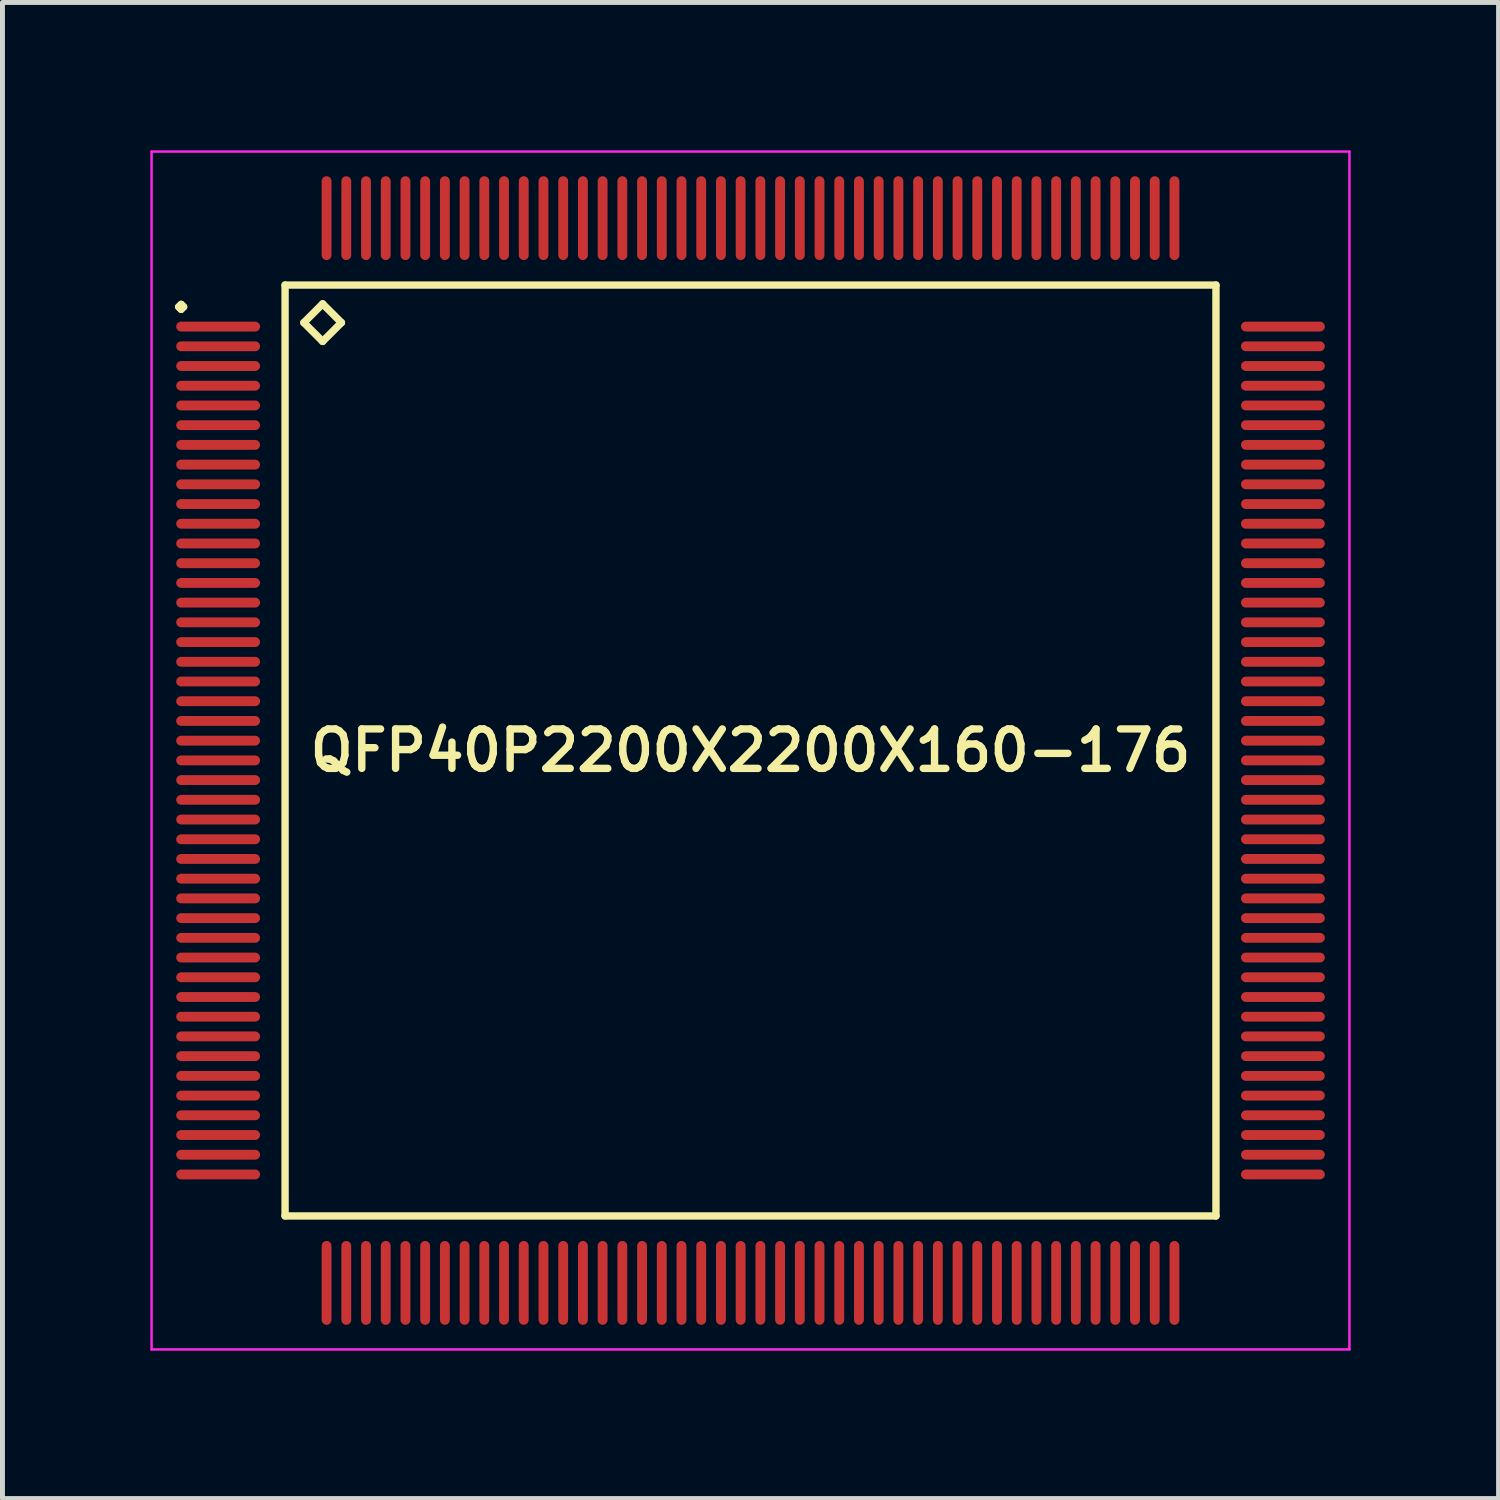
<source format=kicad_pcb>
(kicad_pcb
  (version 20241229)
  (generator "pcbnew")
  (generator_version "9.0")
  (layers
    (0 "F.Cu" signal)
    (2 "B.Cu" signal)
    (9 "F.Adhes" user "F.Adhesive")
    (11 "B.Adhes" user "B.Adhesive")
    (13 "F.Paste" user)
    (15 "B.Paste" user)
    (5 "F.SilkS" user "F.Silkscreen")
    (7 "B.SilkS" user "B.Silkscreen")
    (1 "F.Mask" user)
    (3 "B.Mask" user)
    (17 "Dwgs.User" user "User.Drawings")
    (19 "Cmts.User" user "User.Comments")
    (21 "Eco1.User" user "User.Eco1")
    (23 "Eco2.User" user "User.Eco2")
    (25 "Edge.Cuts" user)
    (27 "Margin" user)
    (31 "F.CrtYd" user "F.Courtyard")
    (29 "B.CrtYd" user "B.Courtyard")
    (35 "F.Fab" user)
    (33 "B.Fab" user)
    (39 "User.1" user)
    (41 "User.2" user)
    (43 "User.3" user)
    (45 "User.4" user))
  (footprint "QFP40P2200X2200X160-176"
    (layer "F.Cu")
    (at 12.175 12.175)
    (property "Reference" "QFP40P2200X2200X160-176" (at 0 0 0) (layer "F.SilkS") (effects (font (size 0.8 0.8) (thickness 0.15))))
    (attr smd)
    (fp_line (start -11.6 -9) (end -11.55 -9.05) (stroke (width 0.15) (type solid)) (layer "F.SilkS"))
    (fp_line (start -11.55 -9.05) (end -11.5 -9) (stroke (width 0.15) (type solid)) (layer "F.SilkS"))
    (fp_line (start -11.55 -8.95) (end -11.6 -9) (stroke (width 0.15) (type solid)) (layer "F.SilkS"))
    (fp_line (start -11.5 -9) (end -11.55 -8.95) (stroke (width 0.15) (type solid)) (layer "F.SilkS"))
    (fp_line (start -9.442 -9.442) (end -9.442 9.442) (stroke (width 0.15) (type solid)) (layer "F.SilkS"))
    (fp_line (start -9.442 9.442) (end 9.442 9.442) (stroke (width 0.15) (type solid)) (layer "F.SilkS"))
    (fp_line (start -9.061 -8.68) (end -8.68 -9.061) (stroke (width 0.15) (type solid)) (layer "F.SilkS"))
    (fp_line (start -8.68 -9.061) (end -8.299 -8.68) (stroke (width 0.15) (type solid)) (layer "F.SilkS"))
    (fp_line (start -8.68 -8.299) (end -9.061 -8.68) (stroke (width 0.15) (type solid)) (layer "F.SilkS"))
    (fp_line (start -8.299 -8.68) (end -8.68 -8.299) (stroke (width 0.15) (type solid)) (layer "F.SilkS"))
    (fp_line (start 9.442 -9.442) (end -9.442 -9.442) (stroke (width 0.15) (type solid)) (layer "F.SilkS"))
    (fp_line (start 9.442 9.442) (end 9.442 -9.442) (stroke (width 0.15) (type solid)) (layer "F.SilkS"))
    (fp_line (start -12.15 -12.15) (end 12.15 -12.15) (stroke (width 0.05) (type solid)) (layer "F.CrtYd"))
    (fp_line (start -12.15 12.15) (end -12.15 -12.15) (stroke (width 0.05) (type solid)) (layer "F.CrtYd"))
    (fp_line (start 12.15 -12.15) (end 12.15 12.15) (stroke (width 0.05) (type solid)) (layer "F.CrtYd"))
    (fp_line (start 12.15 12.15) (end -12.15 12.15) (stroke (width 0.05) (type solid)) (layer "F.CrtYd"))
    (pad "1" smd oval (at -10.8 -8.6) (size 1.7 0.2) (layers "F.Cu" "F.Mask" "F.Paste"))
    (pad "2" smd oval (at -10.8 -8.2) (size 1.7 0.2) (layers "F.Cu" "F.Mask" "F.Paste"))
    (pad "3" smd oval (at -10.8 -7.8) (size 1.7 0.2) (layers "F.Cu" "F.Mask" "F.Paste"))
    (pad "4" smd oval (at -10.8 -7.4) (size 1.7 0.2) (layers "F.Cu" "F.Mask" "F.Paste"))
    (pad "5" smd oval (at -10.8 -7) (size 1.7 0.2) (layers "F.Cu" "F.Mask" "F.Paste"))
    (pad "6" smd oval (at -10.8 -6.6) (size 1.7 0.2) (layers "F.Cu" "F.Mask" "F.Paste"))
    (pad "7" smd oval (at -10.8 -6.2) (size 1.7 0.2) (layers "F.Cu" "F.Mask" "F.Paste"))
    (pad "8" smd oval (at -10.8 -5.8) (size 1.7 0.2) (layers "F.Cu" "F.Mask" "F.Paste"))
    (pad "9" smd oval (at -10.8 -5.4) (size 1.7 0.2) (layers "F.Cu" "F.Mask" "F.Paste"))
    (pad "10" smd oval (at -10.8 -5) (size 1.7 0.2) (layers "F.Cu" "F.Mask" "F.Paste"))
    (pad "11" smd oval (at -10.8 -4.6) (size 1.7 0.2) (layers "F.Cu" "F.Mask" "F.Paste"))
    (pad "12" smd oval (at -10.8 -4.2) (size 1.7 0.2) (layers "F.Cu" "F.Mask" "F.Paste"))
    (pad "13" smd oval (at -10.8 -3.8) (size 1.7 0.2) (layers "F.Cu" "F.Mask" "F.Paste"))
    (pad "14" smd oval (at -10.8 -3.4) (size 1.7 0.2) (layers "F.Cu" "F.Mask" "F.Paste"))
    (pad "15" smd oval (at -10.8 -3) (size 1.7 0.2) (layers "F.Cu" "F.Mask" "F.Paste"))
    (pad "16" smd oval (at -10.8 -2.6) (size 1.7 0.2) (layers "F.Cu" "F.Mask" "F.Paste"))
    (pad "17" smd oval (at -10.8 -2.2) (size 1.7 0.2) (layers "F.Cu" "F.Mask" "F.Paste"))
    (pad "18" smd oval (at -10.8 -1.8) (size 1.7 0.2) (layers "F.Cu" "F.Mask" "F.Paste"))
    (pad "19" smd oval (at -10.8 -1.4) (size 1.7 0.2) (layers "F.Cu" "F.Mask" "F.Paste"))
    (pad "20" smd oval (at -10.8 -1) (size 1.7 0.2) (layers "F.Cu" "F.Mask" "F.Paste"))
    (pad "21" smd oval (at -10.8 -0.6) (size 1.7 0.2) (layers "F.Cu" "F.Mask" "F.Paste"))
    (pad "22" smd oval (at -10.8 -0.2) (size 1.7 0.2) (layers "F.Cu" "F.Mask" "F.Paste"))
    (pad "23" smd oval (at -10.8 0.2) (size 1.7 0.2) (layers "F.Cu" "F.Mask" "F.Paste"))
    (pad "24" smd oval (at -10.8 0.6) (size 1.7 0.2) (layers "F.Cu" "F.Mask" "F.Paste"))
    (pad "25" smd oval (at -10.8 1) (size 1.7 0.2) (layers "F.Cu" "F.Mask" "F.Paste"))
    (pad "26" smd oval (at -10.8 1.4) (size 1.7 0.2) (layers "F.Cu" "F.Mask" "F.Paste"))
    (pad "27" smd oval (at -10.8 1.8) (size 1.7 0.2) (layers "F.Cu" "F.Mask" "F.Paste"))
    (pad "28" smd oval (at -10.8 2.2) (size 1.7 0.2) (layers "F.Cu" "F.Mask" "F.Paste"))
    (pad "29" smd oval (at -10.8 2.6) (size 1.7 0.2) (layers "F.Cu" "F.Mask" "F.Paste"))
    (pad "30" smd oval (at -10.8 3) (size 1.7 0.2) (layers "F.Cu" "F.Mask" "F.Paste"))
    (pad "31" smd oval (at -10.8 3.4) (size 1.7 0.2) (layers "F.Cu" "F.Mask" "F.Paste"))
    (pad "32" smd oval (at -10.8 3.8) (size 1.7 0.2) (layers "F.Cu" "F.Mask" "F.Paste"))
    (pad "33" smd oval (at -10.8 4.2) (size 1.7 0.2) (layers "F.Cu" "F.Mask" "F.Paste"))
    (pad "34" smd oval (at -10.8 4.6) (size 1.7 0.2) (layers "F.Cu" "F.Mask" "F.Paste"))
    (pad "35" smd oval (at -10.8 5) (size 1.7 0.2) (layers "F.Cu" "F.Mask" "F.Paste"))
    (pad "36" smd oval (at -10.8 5.4) (size 1.7 0.2) (layers "F.Cu" "F.Mask" "F.Paste"))
    (pad "37" smd oval (at -10.8 5.8) (size 1.7 0.2) (layers "F.Cu" "F.Mask" "F.Paste"))
    (pad "38" smd oval (at -10.8 6.2) (size 1.7 0.2) (layers "F.Cu" "F.Mask" "F.Paste"))
    (pad "39" smd oval (at -10.8 6.6) (size 1.7 0.2) (layers "F.Cu" "F.Mask" "F.Paste"))
    (pad "40" smd oval (at -10.8 7) (size 1.7 0.2) (layers "F.Cu" "F.Mask" "F.Paste"))
    (pad "41" smd oval (at -10.8 7.4) (size 1.7 0.2) (layers "F.Cu" "F.Mask" "F.Paste"))
    (pad "42" smd oval (at -10.8 7.8) (size 1.7 0.2) (layers "F.Cu" "F.Mask" "F.Paste"))
    (pad "43" smd oval (at -10.8 8.2) (size 1.7 0.2) (layers "F.Cu" "F.Mask" "F.Paste"))
    (pad "44" smd oval (at -10.8 8.6) (size 1.7 0.2) (layers "F.Cu" "F.Mask" "F.Paste"))
    (pad "45" smd oval (at -8.6 10.8) (size 0.2 1.7) (layers "F.Cu" "F.Mask" "F.Paste"))
    (pad "46" smd oval (at -8.2 10.8) (size 0.2 1.7) (layers "F.Cu" "F.Mask" "F.Paste"))
    (pad "47" smd oval (at -7.8 10.8) (size 0.2 1.7) (layers "F.Cu" "F.Mask" "F.Paste"))
    (pad "48" smd oval (at -7.4 10.8) (size 0.2 1.7) (layers "F.Cu" "F.Mask" "F.Paste"))
    (pad "49" smd oval (at -7 10.8) (size 0.2 1.7) (layers "F.Cu" "F.Mask" "F.Paste"))
    (pad "50" smd oval (at -6.6 10.8) (size 0.2 1.7) (layers "F.Cu" "F.Mask" "F.Paste"))
    (pad "51" smd oval (at -6.2 10.8) (size 0.2 1.7) (layers "F.Cu" "F.Mask" "F.Paste"))
    (pad "52" smd oval (at -5.8 10.8) (size 0.2 1.7) (layers "F.Cu" "F.Mask" "F.Paste"))
    (pad "53" smd oval (at -5.4 10.8) (size 0.2 1.7) (layers "F.Cu" "F.Mask" "F.Paste"))
    (pad "54" smd oval (at -5 10.8) (size 0.2 1.7) (layers "F.Cu" "F.Mask" "F.Paste"))
    (pad "55" smd oval (at -4.6 10.8) (size 0.2 1.7) (layers "F.Cu" "F.Mask" "F.Paste"))
    (pad "56" smd oval (at -4.2 10.8) (size 0.2 1.7) (layers "F.Cu" "F.Mask" "F.Paste"))
    (pad "57" smd oval (at -3.8 10.8) (size 0.2 1.7) (layers "F.Cu" "F.Mask" "F.Paste"))
    (pad "58" smd oval (at -3.4 10.8) (size 0.2 1.7) (layers "F.Cu" "F.Mask" "F.Paste"))
    (pad "59" smd oval (at -3 10.8) (size 0.2 1.7) (layers "F.Cu" "F.Mask" "F.Paste"))
    (pad "60" smd oval (at -2.6 10.8) (size 0.2 1.7) (layers "F.Cu" "F.Mask" "F.Paste"))
    (pad "61" smd oval (at -2.2 10.8) (size 0.2 1.7) (layers "F.Cu" "F.Mask" "F.Paste"))
    (pad "62" smd oval (at -1.8 10.8) (size 0.2 1.7) (layers "F.Cu" "F.Mask" "F.Paste"))
    (pad "63" smd oval (at -1.4 10.8) (size 0.2 1.7) (layers "F.Cu" "F.Mask" "F.Paste"))
    (pad "64" smd oval (at -1 10.8) (size 0.2 1.7) (layers "F.Cu" "F.Mask" "F.Paste"))
    (pad "65" smd oval (at -0.6 10.8) (size 0.2 1.7) (layers "F.Cu" "F.Mask" "F.Paste"))
    (pad "66" smd oval (at -0.2 10.8) (size 0.2 1.7) (layers "F.Cu" "F.Mask" "F.Paste"))
    (pad "67" smd oval (at 0.2 10.8) (size 0.2 1.7) (layers "F.Cu" "F.Mask" "F.Paste"))
    (pad "68" smd oval (at 0.6 10.8) (size 0.2 1.7) (layers "F.Cu" "F.Mask" "F.Paste"))
    (pad "69" smd oval (at 1 10.8) (size 0.2 1.7) (layers "F.Cu" "F.Mask" "F.Paste"))
    (pad "70" smd oval (at 1.4 10.8) (size 0.2 1.7) (layers "F.Cu" "F.Mask" "F.Paste"))
    (pad "71" smd oval (at 1.8 10.8) (size 0.2 1.7) (layers "F.Cu" "F.Mask" "F.Paste"))
    (pad "72" smd oval (at 2.2 10.8) (size 0.2 1.7) (layers "F.Cu" "F.Mask" "F.Paste"))
    (pad "73" smd oval (at 2.6 10.8) (size 0.2 1.7) (layers "F.Cu" "F.Mask" "F.Paste"))
    (pad "74" smd oval (at 3 10.8) (size 0.2 1.7) (layers "F.Cu" "F.Mask" "F.Paste"))
    (pad "75" smd oval (at 3.4 10.8) (size 0.2 1.7) (layers "F.Cu" "F.Mask" "F.Paste"))
    (pad "76" smd oval (at 3.8 10.8) (size 0.2 1.7) (layers "F.Cu" "F.Mask" "F.Paste"))
    (pad "77" smd oval (at 4.2 10.8) (size 0.2 1.7) (layers "F.Cu" "F.Mask" "F.Paste"))
    (pad "78" smd oval (at 4.6 10.8) (size 0.2 1.7) (layers "F.Cu" "F.Mask" "F.Paste"))
    (pad "79" smd oval (at 5 10.8) (size 0.2 1.7) (layers "F.Cu" "F.Mask" "F.Paste"))
    (pad "80" smd oval (at 5.4 10.8) (size 0.2 1.7) (layers "F.Cu" "F.Mask" "F.Paste"))
    (pad "81" smd oval (at 5.8 10.8) (size 0.2 1.7) (layers "F.Cu" "F.Mask" "F.Paste"))
    (pad "82" smd oval (at 6.2 10.8) (size 0.2 1.7) (layers "F.Cu" "F.Mask" "F.Paste"))
    (pad "83" smd oval (at 6.6 10.8) (size 0.2 1.7) (layers "F.Cu" "F.Mask" "F.Paste"))
    (pad "84" smd oval (at 7 10.8) (size 0.2 1.7) (layers "F.Cu" "F.Mask" "F.Paste"))
    (pad "85" smd oval (at 7.4 10.8) (size 0.2 1.7) (layers "F.Cu" "F.Mask" "F.Paste"))
    (pad "86" smd oval (at 7.8 10.8) (size 0.2 1.7) (layers "F.Cu" "F.Mask" "F.Paste"))
    (pad "87" smd oval (at 8.2 10.8) (size 0.2 1.7) (layers "F.Cu" "F.Mask" "F.Paste"))
    (pad "88" smd oval (at 8.6 10.8) (size 0.2 1.7) (layers "F.Cu" "F.Mask" "F.Paste"))
    (pad "89" smd oval (at 10.8 8.6) (size 1.7 0.2) (layers "F.Cu" "F.Mask" "F.Paste"))
    (pad "90" smd oval (at 10.8 8.2) (size 1.7 0.2) (layers "F.Cu" "F.Mask" "F.Paste"))
    (pad "91" smd oval (at 10.8 7.8) (size 1.7 0.2) (layers "F.Cu" "F.Mask" "F.Paste"))
    (pad "92" smd oval (at 10.8 7.4) (size 1.7 0.2) (layers "F.Cu" "F.Mask" "F.Paste"))
    (pad "93" smd oval (at 10.8 7) (size 1.7 0.2) (layers "F.Cu" "F.Mask" "F.Paste"))
    (pad "94" smd oval (at 10.8 6.6) (size 1.7 0.2) (layers "F.Cu" "F.Mask" "F.Paste"))
    (pad "95" smd oval (at 10.8 6.2) (size 1.7 0.2) (layers "F.Cu" "F.Mask" "F.Paste"))
    (pad "96" smd oval (at 10.8 5.8) (size 1.7 0.2) (layers "F.Cu" "F.Mask" "F.Paste"))
    (pad "97" smd oval (at 10.8 5.4) (size 1.7 0.2) (layers "F.Cu" "F.Mask" "F.Paste"))
    (pad "98" smd oval (at 10.8 5) (size 1.7 0.2) (layers "F.Cu" "F.Mask" "F.Paste"))
    (pad "99" smd oval (at 10.8 4.6) (size 1.7 0.2) (layers "F.Cu" "F.Mask" "F.Paste"))
    (pad "100" smd oval (at 10.8 4.2) (size 1.7 0.2) (layers "F.Cu" "F.Mask" "F.Paste"))
    (pad "101" smd oval (at 10.8 3.8) (size 1.7 0.2) (layers "F.Cu" "F.Mask" "F.Paste"))
    (pad "102" smd oval (at 10.8 3.4) (size 1.7 0.2) (layers "F.Cu" "F.Mask" "F.Paste"))
    (pad "103" smd oval (at 10.8 3) (size 1.7 0.2) (layers "F.Cu" "F.Mask" "F.Paste"))
    (pad "104" smd oval (at 10.8 2.6) (size 1.7 0.2) (layers "F.Cu" "F.Mask" "F.Paste"))
    (pad "105" smd oval (at 10.8 2.2) (size 1.7 0.2) (layers "F.Cu" "F.Mask" "F.Paste"))
    (pad "106" smd oval (at 10.8 1.8) (size 1.7 0.2) (layers "F.Cu" "F.Mask" "F.Paste"))
    (pad "107" smd oval (at 10.8 1.4) (size 1.7 0.2) (layers "F.Cu" "F.Mask" "F.Paste"))
    (pad "108" smd oval (at 10.8 1) (size 1.7 0.2) (layers "F.Cu" "F.Mask" "F.Paste"))
    (pad "109" smd oval (at 10.8 0.6) (size 1.7 0.2) (layers "F.Cu" "F.Mask" "F.Paste"))
    (pad "110" smd oval (at 10.8 0.2) (size 1.7 0.2) (layers "F.Cu" "F.Mask" "F.Paste"))
    (pad "111" smd oval (at 10.8 -0.2) (size 1.7 0.2) (layers "F.Cu" "F.Mask" "F.Paste"))
    (pad "112" smd oval (at 10.8 -0.6) (size 1.7 0.2) (layers "F.Cu" "F.Mask" "F.Paste"))
    (pad "113" smd oval (at 10.8 -1) (size 1.7 0.2) (layers "F.Cu" "F.Mask" "F.Paste"))
    (pad "114" smd oval (at 10.8 -1.4) (size 1.7 0.2) (layers "F.Cu" "F.Mask" "F.Paste"))
    (pad "115" smd oval (at 10.8 -1.8) (size 1.7 0.2) (layers "F.Cu" "F.Mask" "F.Paste"))
    (pad "116" smd oval (at 10.8 -2.2) (size 1.7 0.2) (layers "F.Cu" "F.Mask" "F.Paste"))
    (pad "117" smd oval (at 10.8 -2.6) (size 1.7 0.2) (layers "F.Cu" "F.Mask" "F.Paste"))
    (pad "118" smd oval (at 10.8 -3) (size 1.7 0.2) (layers "F.Cu" "F.Mask" "F.Paste"))
    (pad "119" smd oval (at 10.8 -3.4) (size 1.7 0.2) (layers "F.Cu" "F.Mask" "F.Paste"))
    (pad "120" smd oval (at 10.8 -3.8) (size 1.7 0.2) (layers "F.Cu" "F.Mask" "F.Paste"))
    (pad "121" smd oval (at 10.8 -4.2) (size 1.7 0.2) (layers "F.Cu" "F.Mask" "F.Paste"))
    (pad "122" smd oval (at 10.8 -4.6) (size 1.7 0.2) (layers "F.Cu" "F.Mask" "F.Paste"))
    (pad "123" smd oval (at 10.8 -5) (size 1.7 0.2) (layers "F.Cu" "F.Mask" "F.Paste"))
    (pad "124" smd oval (at 10.8 -5.4) (size 1.7 0.2) (layers "F.Cu" "F.Mask" "F.Paste"))
    (pad "125" smd oval (at 10.8 -5.8) (size 1.7 0.2) (layers "F.Cu" "F.Mask" "F.Paste"))
    (pad "126" smd oval (at 10.8 -6.2) (size 1.7 0.2) (layers "F.Cu" "F.Mask" "F.Paste"))
    (pad "127" smd oval (at 10.8 -6.6) (size 1.7 0.2) (layers "F.Cu" "F.Mask" "F.Paste"))
    (pad "128" smd oval (at 10.8 -7) (size 1.7 0.2) (layers "F.Cu" "F.Mask" "F.Paste"))
    (pad "129" smd oval (at 10.8 -7.4) (size 1.7 0.2) (layers "F.Cu" "F.Mask" "F.Paste"))
    (pad "130" smd oval (at 10.8 -7.8) (size 1.7 0.2) (layers "F.Cu" "F.Mask" "F.Paste"))
    (pad "131" smd oval (at 10.8 -8.2) (size 1.7 0.2) (layers "F.Cu" "F.Mask" "F.Paste"))
    (pad "132" smd oval (at 10.8 -8.6) (size 1.7 0.2) (layers "F.Cu" "F.Mask" "F.Paste"))
    (pad "133" smd oval (at 8.6 -10.8) (size 0.2 1.7) (layers "F.Cu" "F.Mask" "F.Paste"))
    (pad "134" smd oval (at 8.2 -10.8) (size 0.2 1.7) (layers "F.Cu" "F.Mask" "F.Paste"))
    (pad "135" smd oval (at 7.8 -10.8) (size 0.2 1.7) (layers "F.Cu" "F.Mask" "F.Paste"))
    (pad "136" smd oval (at 7.4 -10.8) (size 0.2 1.7) (layers "F.Cu" "F.Mask" "F.Paste"))
    (pad "137" smd oval (at 7 -10.8) (size 0.2 1.7) (layers "F.Cu" "F.Mask" "F.Paste"))
    (pad "138" smd oval (at 6.6 -10.8) (size 0.2 1.7) (layers "F.Cu" "F.Mask" "F.Paste"))
    (pad "139" smd oval (at 6.2 -10.8) (size 0.2 1.7) (layers "F.Cu" "F.Mask" "F.Paste"))
    (pad "140" smd oval (at 5.8 -10.8) (size 0.2 1.7) (layers "F.Cu" "F.Mask" "F.Paste"))
    (pad "141" smd oval (at 5.4 -10.8) (size 0.2 1.7) (layers "F.Cu" "F.Mask" "F.Paste"))
    (pad "142" smd oval (at 5 -10.8) (size 0.2 1.7) (layers "F.Cu" "F.Mask" "F.Paste"))
    (pad "143" smd oval (at 4.6 -10.8) (size 0.2 1.7) (layers "F.Cu" "F.Mask" "F.Paste"))
    (pad "144" smd oval (at 4.2 -10.8) (size 0.2 1.7) (layers "F.Cu" "F.Mask" "F.Paste"))
    (pad "145" smd oval (at 3.8 -10.8) (size 0.2 1.7) (layers "F.Cu" "F.Mask" "F.Paste"))
    (pad "146" smd oval (at 3.4 -10.8) (size 0.2 1.7) (layers "F.Cu" "F.Mask" "F.Paste"))
    (pad "147" smd oval (at 3 -10.8) (size 0.2 1.7) (layers "F.Cu" "F.Mask" "F.Paste"))
    (pad "148" smd oval (at 2.6 -10.8) (size 0.2 1.7) (layers "F.Cu" "F.Mask" "F.Paste"))
    (pad "149" smd oval (at 2.2 -10.8) (size 0.2 1.7) (layers "F.Cu" "F.Mask" "F.Paste"))
    (pad "150" smd oval (at 1.8 -10.8) (size 0.2 1.7) (layers "F.Cu" "F.Mask" "F.Paste"))
    (pad "151" smd oval (at 1.4 -10.8) (size 0.2 1.7) (layers "F.Cu" "F.Mask" "F.Paste"))
    (pad "152" smd oval (at 1 -10.8) (size 0.2 1.7) (layers "F.Cu" "F.Mask" "F.Paste"))
    (pad "153" smd oval (at 0.6 -10.8) (size 0.2 1.7) (layers "F.Cu" "F.Mask" "F.Paste"))
    (pad "154" smd oval (at 0.2 -10.8) (size 0.2 1.7) (layers "F.Cu" "F.Mask" "F.Paste"))
    (pad "155" smd oval (at -0.2 -10.8) (size 0.2 1.7) (layers "F.Cu" "F.Mask" "F.Paste"))
    (pad "156" smd oval (at -0.6 -10.8) (size 0.2 1.7) (layers "F.Cu" "F.Mask" "F.Paste"))
    (pad "157" smd oval (at -1 -10.8) (size 0.2 1.7) (layers "F.Cu" "F.Mask" "F.Paste"))
    (pad "158" smd oval (at -1.4 -10.8) (size 0.2 1.7) (layers "F.Cu" "F.Mask" "F.Paste"))
    (pad "159" smd oval (at -1.8 -10.8) (size 0.2 1.7) (layers "F.Cu" "F.Mask" "F.Paste"))
    (pad "160" smd oval (at -2.2 -10.8) (size 0.2 1.7) (layers "F.Cu" "F.Mask" "F.Paste"))
    (pad "161" smd oval (at -2.6 -10.8) (size 0.2 1.7) (layers "F.Cu" "F.Mask" "F.Paste"))
    (pad "162" smd oval (at -3 -10.8) (size 0.2 1.7) (layers "F.Cu" "F.Mask" "F.Paste"))
    (pad "163" smd oval (at -3.4 -10.8) (size 0.2 1.7) (layers "F.Cu" "F.Mask" "F.Paste"))
    (pad "164" smd oval (at -3.8 -10.8) (size 0.2 1.7) (layers "F.Cu" "F.Mask" "F.Paste"))
    (pad "165" smd oval (at -4.2 -10.8) (size 0.2 1.7) (layers "F.Cu" "F.Mask" "F.Paste"))
    (pad "166" smd oval (at -4.6 -10.8) (size 0.2 1.7) (layers "F.Cu" "F.Mask" "F.Paste"))
    (pad "167" smd oval (at -5 -10.8) (size 0.2 1.7) (layers "F.Cu" "F.Mask" "F.Paste"))
    (pad "168" smd oval (at -5.4 -10.8) (size 0.2 1.7) (layers "F.Cu" "F.Mask" "F.Paste"))
    (pad "169" smd oval (at -5.8 -10.8) (size 0.2 1.7) (layers "F.Cu" "F.Mask" "F.Paste"))
    (pad "170" smd oval (at -6.2 -10.8) (size 0.2 1.7) (layers "F.Cu" "F.Mask" "F.Paste"))
    (pad "171" smd oval (at -6.6 -10.8) (size 0.2 1.7) (layers "F.Cu" "F.Mask" "F.Paste"))
    (pad "172" smd oval (at -7 -10.8) (size 0.2 1.7) (layers "F.Cu" "F.Mask" "F.Paste"))
    (pad "173" smd oval (at -7.4 -10.8) (size 0.2 1.7) (layers "F.Cu" "F.Mask" "F.Paste"))
    (pad "174" smd oval (at -7.8 -10.8) (size 0.2 1.7) (layers "F.Cu" "F.Mask" "F.Paste"))
    (pad "175" smd oval (at -8.2 -10.8) (size 0.2 1.7) (layers "F.Cu" "F.Mask" "F.Paste"))
    (pad "176" smd oval (at -8.6 -10.8) (size 0.2 1.7) (layers "F.Cu" "F.Mask" "F.Paste")))
  (gr_rect
    (start -3 -3)
    (end 27.35 27.35)
    (stroke (width 0.1) (type default))
    (fill no)
    (layer "Edge.Cuts")))
</source>
